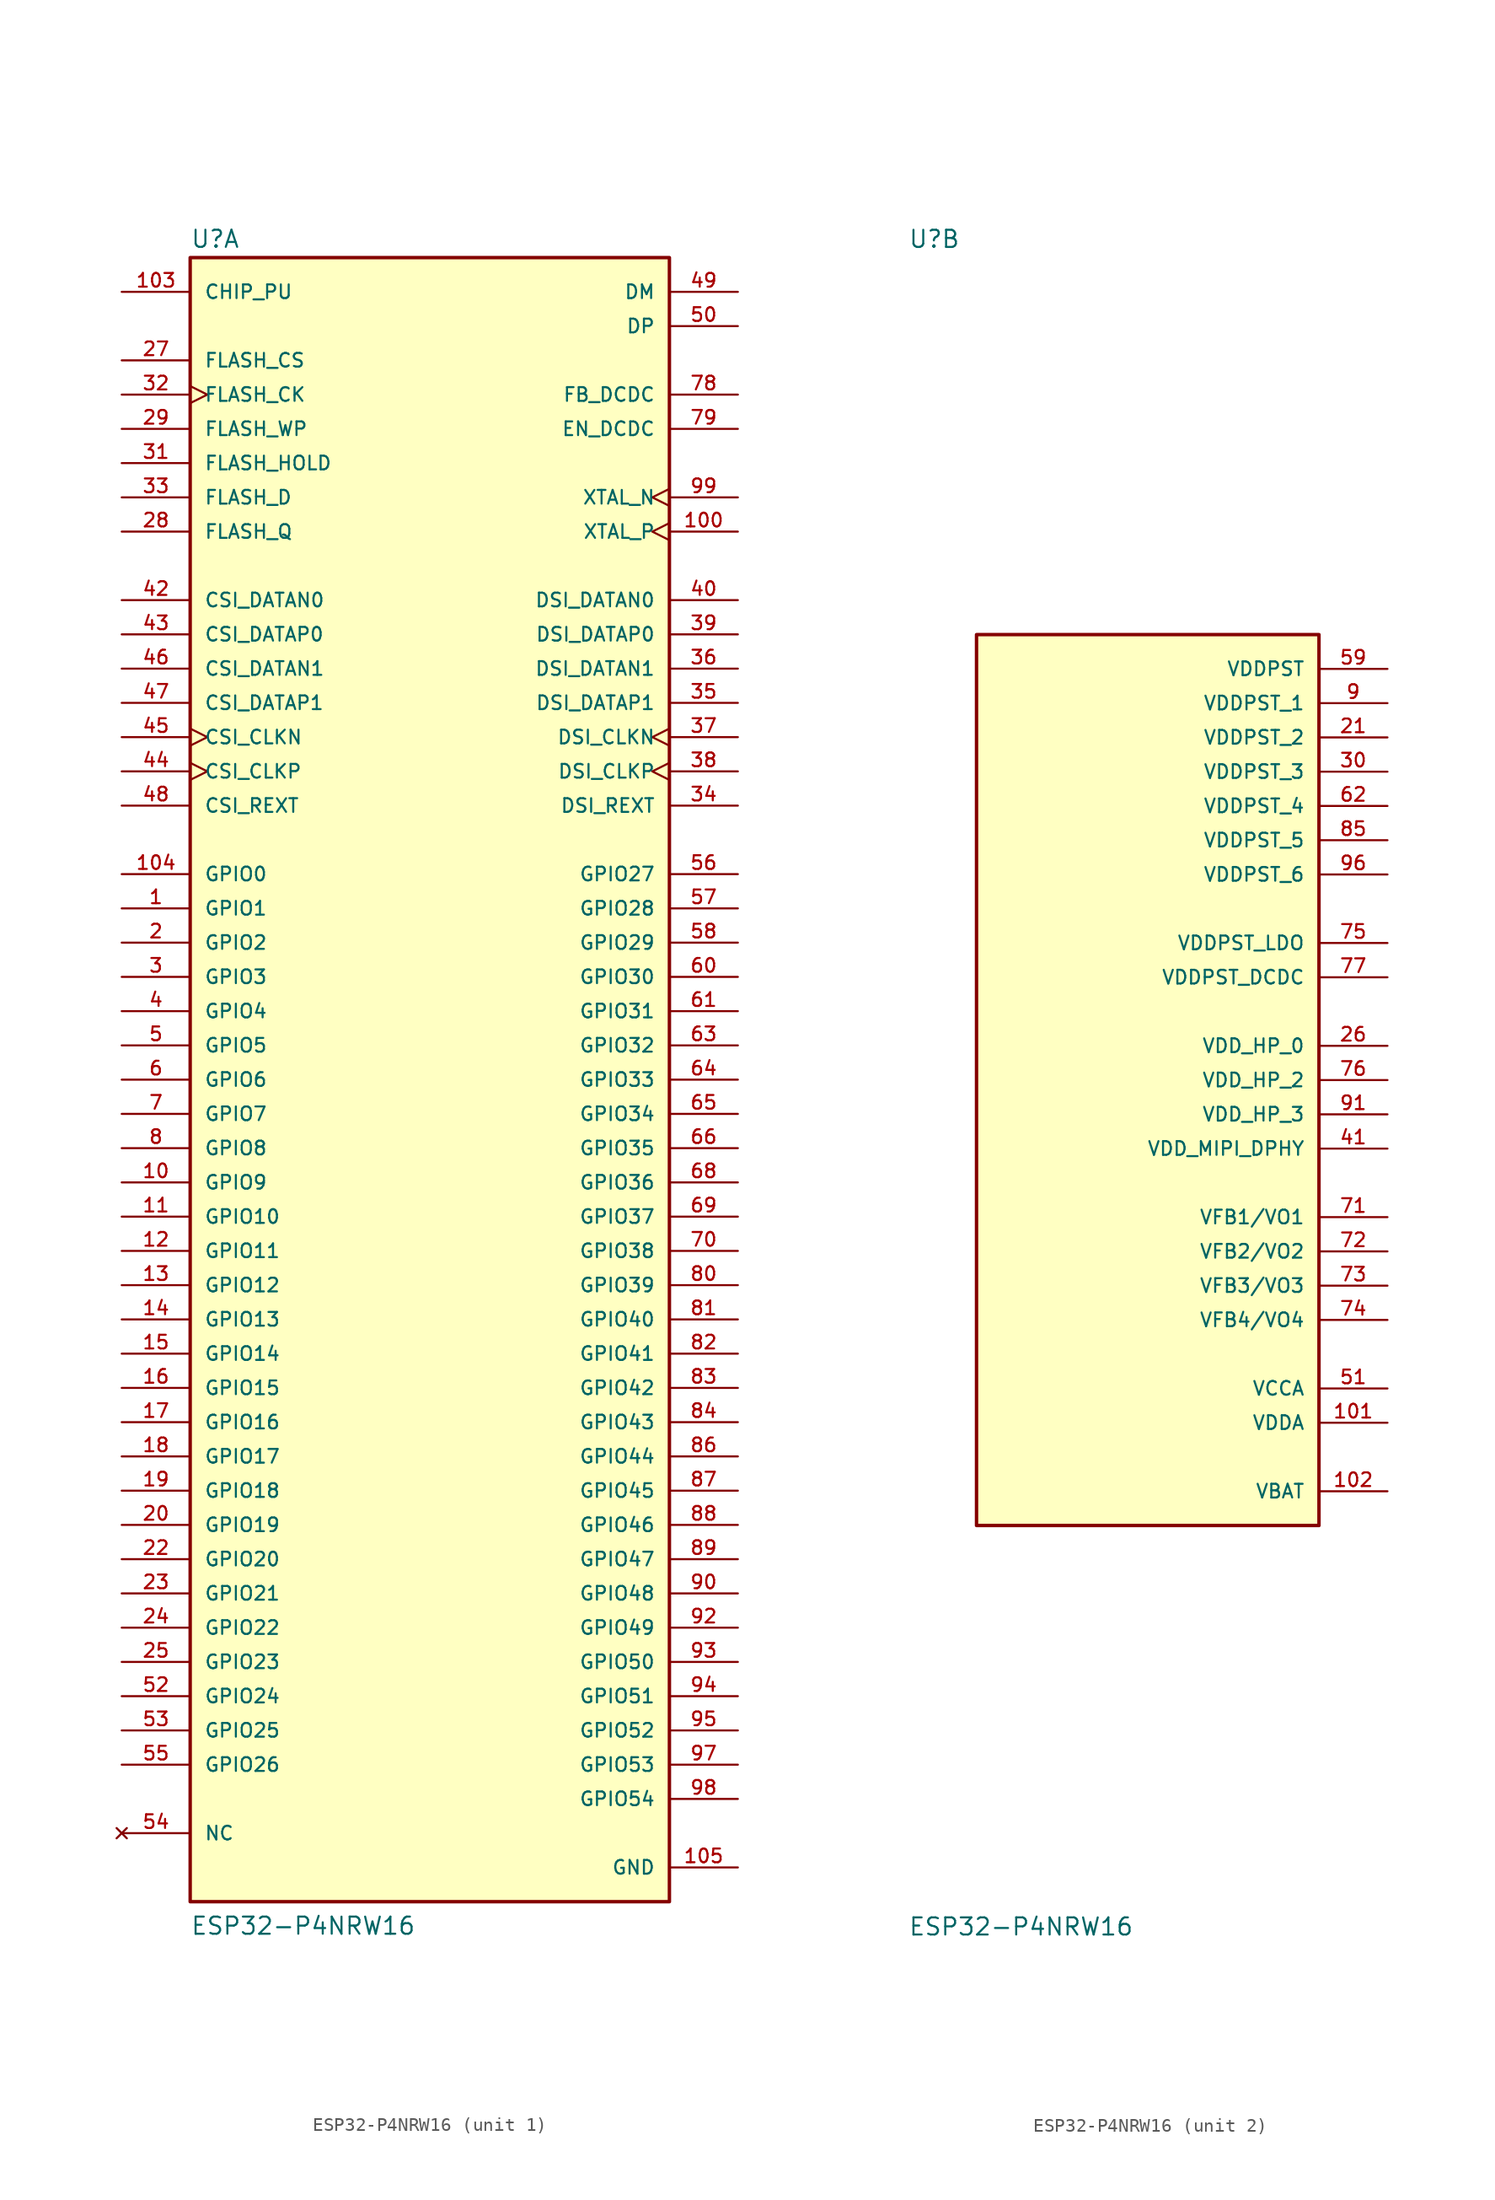
<source format=kicad_sym>
(kicad_symbol_lib
  (version 20211014)
  (generator kicad_symbol_editor)
  (symbol "ESP32-P4NRW16"
    (pin_names
      (offset 1.016))
    (property "Reference" "U"
      (at -17.78 61.595 0)
      (effects (font (size 1.27 1.27)) (justify bottom left)))
    (property "Value" "ESP32-P4NRW16"
      (at -17.78 -63.5 0)
      (effects (font (size 1.27 1.27)) (justify bottom left)))
    (symbol "ESP32-P4NRW16_1_0"
      (rectangle (start -17.78 -60.96) (end 17.78 60.96) (stroke (width 0.254)) (fill (type background)))
      (pin bidirectional line (at -22.86 12.7 0) (length 5.08) (name "GPIO1" (effects (font (size 1.016 1.016)))) (number "1" (effects (font (size 1.016 1.016)))))
      (pin bidirectional line (at -22.86 10.16 0) (length 5.08) (name "GPIO2" (effects (font (size 1.016 1.016)))) (number "2" (effects (font (size 1.016 1.016)))))
      (pin bidirectional line (at -22.86 7.62 0) (length 5.08) (name "GPIO3" (effects (font (size 1.016 1.016)))) (number "3" (effects (font (size 1.016 1.016)))))
      (pin bidirectional line (at -22.86 5.08 0) (length 5.08) (name "GPIO4" (effects (font (size 1.016 1.016)))) (number "4" (effects (font (size 1.016 1.016)))))
      (pin bidirectional line (at -22.86 2.54 0) (length 5.08) (name "GPIO5" (effects (font (size 1.016 1.016)))) (number "5" (effects (font (size 1.016 1.016)))))
      (pin bidirectional line (at -22.86 0.0 0) (length 5.08) (name "GPIO6" (effects (font (size 1.016 1.016)))) (number "6" (effects (font (size 1.016 1.016)))))
      (pin bidirectional line (at -22.86 -2.54 0) (length 5.08) (name "GPIO7" (effects (font (size 1.016 1.016)))) (number "7" (effects (font (size 1.016 1.016)))))
      (pin bidirectional line (at -22.86 -5.08 0) (length 5.08) (name "GPIO8" (effects (font (size 1.016 1.016)))) (number "8" (effects (font (size 1.016 1.016)))))
      (pin bidirectional line (at -22.86 -7.62 0) (length 5.08) (name "GPIO9" (effects (font (size 1.016 1.016)))) (number "10" (effects (font (size 1.016 1.016)))))
      (pin bidirectional line (at -22.86 -10.16 0) (length 5.08) (name "GPIO10" (effects (font (size 1.016 1.016)))) (number "11" (effects (font (size 1.016 1.016)))))
      (pin bidirectional line (at -22.86 -12.7 0) (length 5.08) (name "GPIO11" (effects (font (size 1.016 1.016)))) (number "12" (effects (font (size 1.016 1.016)))))
      (pin bidirectional line (at -22.86 -15.24 0) (length 5.08) (name "GPIO12" (effects (font (size 1.016 1.016)))) (number "13" (effects (font (size 1.016 1.016)))))
      (pin bidirectional line (at -22.86 -17.78 0) (length 5.08) (name "GPIO13" (effects (font (size 1.016 1.016)))) (number "14" (effects (font (size 1.016 1.016)))))
      (pin bidirectional line (at -22.86 -20.32 0) (length 5.08) (name "GPIO14" (effects (font (size 1.016 1.016)))) (number "15" (effects (font (size 1.016 1.016)))))
      (pin bidirectional line (at -22.86 -22.86 0) (length 5.08) (name "GPIO15" (effects (font (size 1.016 1.016)))) (number "16" (effects (font (size 1.016 1.016)))))
      (pin bidirectional line (at -22.86 -25.4 0) (length 5.08) (name "GPIO16" (effects (font (size 1.016 1.016)))) (number "17" (effects (font (size 1.016 1.016)))))
      (pin bidirectional line (at -22.86 -27.94 0) (length 5.08) (name "GPIO17" (effects (font (size 1.016 1.016)))) (number "18" (effects (font (size 1.016 1.016)))))
      (pin bidirectional line (at -22.86 -30.48 0) (length 5.08) (name "GPIO18" (effects (font (size 1.016 1.016)))) (number "19" (effects (font (size 1.016 1.016)))))
      (pin bidirectional line (at -22.86 -33.02 0) (length 5.08) (name "GPIO19" (effects (font (size 1.016 1.016)))) (number "20" (effects (font (size 1.016 1.016)))))
      (pin bidirectional line (at -22.86 -35.56 0) (length 5.08) (name "GPIO20" (effects (font (size 1.016 1.016)))) (number "22" (effects (font (size 1.016 1.016)))))
      (pin bidirectional line (at -22.86 -38.1 0) (length 5.08) (name "GPIO21" (effects (font (size 1.016 1.016)))) (number "23" (effects (font (size 1.016 1.016)))))
      (pin bidirectional line (at -22.86 -40.64 0) (length 5.08) (name "GPIO22" (effects (font (size 1.016 1.016)))) (number "24" (effects (font (size 1.016 1.016)))))
      (pin bidirectional line (at -22.86 -43.18 0) (length 5.08) (name "GPIO23" (effects (font (size 1.016 1.016)))) (number "25" (effects (font (size 1.016 1.016)))))
      (pin bidirectional line (at -22.86 -45.72 0) (length 5.08) (name "GPIO24" (effects (font (size 1.016 1.016)))) (number "52" (effects (font (size 1.016 1.016)))))
      (pin bidirectional line (at -22.86 -48.26 0) (length 5.08) (name "GPIO25" (effects (font (size 1.016 1.016)))) (number "53" (effects (font (size 1.016 1.016)))))
      (pin bidirectional line (at -22.86 -50.8 0) (length 5.08) (name "GPIO26" (effects (font (size 1.016 1.016)))) (number "55" (effects (font (size 1.016 1.016)))))
      (pin bidirectional line (at 22.86 15.24 180.0) (length 5.08) (name "GPIO27" (effects (font (size 1.016 1.016)))) (number "56" (effects (font (size 1.016 1.016)))))
      (pin bidirectional line (at 22.86 12.7 180.0) (length 5.08) (name "GPIO28" (effects (font (size 1.016 1.016)))) (number "57" (effects (font (size 1.016 1.016)))))
      (pin bidirectional line (at 22.86 10.16 180.0) (length 5.08) (name "GPIO29" (effects (font (size 1.016 1.016)))) (number "58" (effects (font (size 1.016 1.016)))))
      (pin bidirectional line (at 22.86 7.62 180.0) (length 5.08) (name "GPIO30" (effects (font (size 1.016 1.016)))) (number "60" (effects (font (size 1.016 1.016)))))
      (pin bidirectional line (at 22.86 5.08 180.0) (length 5.08) (name "GPIO31" (effects (font (size 1.016 1.016)))) (number "61" (effects (font (size 1.016 1.016)))))
      (pin bidirectional line (at 22.86 2.54 180.0) (length 5.08) (name "GPIO32" (effects (font (size 1.016 1.016)))) (number "63" (effects (font (size 1.016 1.016)))))
      (pin bidirectional line (at 22.86 0.0 180.0) (length 5.08) (name "GPIO33" (effects (font (size 1.016 1.016)))) (number "64" (effects (font (size 1.016 1.016)))))
      (pin bidirectional line (at 22.86 -2.54 180.0) (length 5.08) (name "GPIO34" (effects (font (size 1.016 1.016)))) (number "65" (effects (font (size 1.016 1.016)))))
      (pin bidirectional line (at 22.86 -5.08 180.0) (length 5.08) (name "GPIO35" (effects (font (size 1.016 1.016)))) (number "66" (effects (font (size 1.016 1.016)))))
      (pin bidirectional line (at 22.86 -7.62 180.0) (length 5.08) (name "GPIO36" (effects (font (size 1.016 1.016)))) (number "68" (effects (font (size 1.016 1.016)))))
      (pin bidirectional line (at 22.86 -10.16 180.0) (length 5.08) (name "GPIO37" (effects (font (size 1.016 1.016)))) (number "69" (effects (font (size 1.016 1.016)))))
      (pin bidirectional line (at 22.86 -12.7 180.0) (length 5.08) (name "GPIO38" (effects (font (size 1.016 1.016)))) (number "70" (effects (font (size 1.016 1.016)))))
      (pin bidirectional line (at 22.86 -15.24 180.0) (length 5.08) (name "GPIO39" (effects (font (size 1.016 1.016)))) (number "80" (effects (font (size 1.016 1.016)))))
      (pin bidirectional line (at 22.86 -17.78 180.0) (length 5.08) (name "GPIO40" (effects (font (size 1.016 1.016)))) (number "81" (effects (font (size 1.016 1.016)))))
      (pin bidirectional line (at 22.86 -20.32 180.0) (length 5.08) (name "GPIO41" (effects (font (size 1.016 1.016)))) (number "82" (effects (font (size 1.016 1.016)))))
      (pin bidirectional line (at 22.86 -22.86 180.0) (length 5.08) (name "GPIO42" (effects (font (size 1.016 1.016)))) (number "83" (effects (font (size 1.016 1.016)))))
      (pin bidirectional line (at 22.86 -25.4 180.0) (length 5.08) (name "GPIO43" (effects (font (size 1.016 1.016)))) (number "84" (effects (font (size 1.016 1.016)))))
      (pin bidirectional line (at 22.86 -27.94 180.0) (length 5.08) (name "GPIO44" (effects (font (size 1.016 1.016)))) (number "86" (effects (font (size 1.016 1.016)))))
      (pin bidirectional line (at 22.86 -30.48 180.0) (length 5.08) (name "GPIO45" (effects (font (size 1.016 1.016)))) (number "87" (effects (font (size 1.016 1.016)))))
      (pin bidirectional line (at 22.86 -33.02 180.0) (length 5.08) (name "GPIO46" (effects (font (size 1.016 1.016)))) (number "88" (effects (font (size 1.016 1.016)))))
      (pin bidirectional line (at 22.86 -35.56 180.0) (length 5.08) (name "GPIO47" (effects (font (size 1.016 1.016)))) (number "89" (effects (font (size 1.016 1.016)))))
      (pin bidirectional line (at 22.86 -38.1 180.0) (length 5.08) (name "GPIO48" (effects (font (size 1.016 1.016)))) (number "90" (effects (font (size 1.016 1.016)))))
      (pin bidirectional line (at 22.86 -40.64 180.0) (length 5.08) (name "GPIO49" (effects (font (size 1.016 1.016)))) (number "92" (effects (font (size 1.016 1.016)))))
      (pin bidirectional line (at 22.86 -43.18 180.0) (length 5.08) (name "GPIO50" (effects (font (size 1.016 1.016)))) (number "93" (effects (font (size 1.016 1.016)))))
      (pin bidirectional line (at 22.86 -45.72 180.0) (length 5.08) (name "GPIO51" (effects (font (size 1.016 1.016)))) (number "94" (effects (font (size 1.016 1.016)))))
      (pin bidirectional line (at 22.86 -48.26 180.0) (length 5.08) (name "GPIO52" (effects (font (size 1.016 1.016)))) (number "95" (effects (font (size 1.016 1.016)))))
      (pin bidirectional line (at 22.86 -50.8 180.0) (length 5.08) (name "GPIO53" (effects (font (size 1.016 1.016)))) (number "97" (effects (font (size 1.016 1.016)))))
      (pin bidirectional line (at 22.86 -53.34 180.0) (length 5.08) (name "GPIO54" (effects (font (size 1.016 1.016)))) (number "98" (effects (font (size 1.016 1.016)))))
      (pin bidirectional line (at -22.86 15.24 0) (length 5.08) (name "GPIO0" (effects (font (size 1.016 1.016)))) (number "104" (effects (font (size 1.016 1.016)))))
      (pin output line (at -22.86 53.34 0) (length 5.08) (name "FLASH_CS" (effects (font (size 1.016 1.016)))) (number "27" (effects (font (size 1.016 1.016)))))
      (pin bidirectional line (at -22.86 40.64 0) (length 5.08) (name "FLASH_Q" (effects (font (size 1.016 1.016)))) (number "28" (effects (font (size 1.016 1.016)))))
      (pin bidirectional line (at -22.86 48.26 0) (length 5.08) (name "FLASH_WP" (effects (font (size 1.016 1.016)))) (number "29" (effects (font (size 1.016 1.016)))))
      (pin bidirectional line (at -22.86 45.72 0) (length 5.08) (name "FLASH_HOLD" (effects (font (size 1.016 1.016)))) (number "31" (effects (font (size 1.016 1.016)))))
      (pin output clock (at -22.86 50.8 0) (length 5.08) (name "FLASH_CK" (effects (font (size 1.016 1.016)))) (number "32" (effects (font (size 1.016 1.016)))))
      (pin bidirectional line (at -22.86 43.18 0) (length 5.08) (name "FLASH_D" (effects (font (size 1.016 1.016)))) (number "33" (effects (font (size 1.016 1.016)))))
      (pin power_in line (at 22.86 -58.42 180.0) (length 5.08) (name "GND" (effects (font (size 1.016 1.016)))) (number "105" (effects (font (size 1.016 1.016)))))
      (pin no_connect line (at -22.86 -55.88 0) (length 5.08) (name "NC" (effects (font (size 1.016 1.016)))) (number "54" (effects (font (size 1.016 1.016)))))
      (pin bidirectional line (at 22.86 20.32 180.0) (length 5.08) (name "DSI_REXT" (effects (font (size 1.016 1.016)))) (number "34" (effects (font (size 1.016 1.016)))))
      (pin bidirectional line (at 22.86 27.94 180.0) (length 5.08) (name "DSI_DATAP1" (effects (font (size 1.016 1.016)))) (number "35" (effects (font (size 1.016 1.016)))))
      (pin bidirectional line (at 22.86 30.48 180.0) (length 5.08) (name "DSI_DATAN1" (effects (font (size 1.016 1.016)))) (number "36" (effects (font (size 1.016 1.016)))))
      (pin bidirectional clock (at 22.86 25.4 180.0) (length 5.08) (name "DSI_CLKN" (effects (font (size 1.016 1.016)))) (number "37" (effects (font (size 1.016 1.016)))))
      (pin bidirectional clock (at 22.86 22.86 180.0) (length 5.08) (name "DSI_CLKP" (effects (font (size 1.016 1.016)))) (number "38" (effects (font (size 1.016 1.016)))))
      (pin bidirectional line (at 22.86 33.02 180.0) (length 5.08) (name "DSI_DATAP0" (effects (font (size 1.016 1.016)))) (number "39" (effects (font (size 1.016 1.016)))))
      (pin bidirectional line (at 22.86 35.56 180.0) (length 5.08) (name "DSI_DATAN0" (effects (font (size 1.016 1.016)))) (number "40" (effects (font (size 1.016 1.016)))))
      (pin bidirectional line (at -22.86 35.56 0) (length 5.08) (name "CSI_DATAN0" (effects (font (size 1.016 1.016)))) (number "42" (effects (font (size 1.016 1.016)))))
      (pin bidirectional line (at -22.86 33.02 0) (length 5.08) (name "CSI_DATAP0" (effects (font (size 1.016 1.016)))) (number "43" (effects (font (size 1.016 1.016)))))
      (pin bidirectional clock (at -22.86 22.86 0) (length 5.08) (name "CSI_CLKP" (effects (font (size 1.016 1.016)))) (number "44" (effects (font (size 1.016 1.016)))))
      (pin bidirectional clock (at -22.86 25.4 0) (length 5.08) (name "CSI_CLKN" (effects (font (size 1.016 1.016)))) (number "45" (effects (font (size 1.016 1.016)))))
      (pin bidirectional line (at -22.86 30.48 0) (length 5.08) (name "CSI_DATAN1" (effects (font (size 1.016 1.016)))) (number "46" (effects (font (size 1.016 1.016)))))
      (pin bidirectional line (at -22.86 27.94 0) (length 5.08) (name "CSI_DATAP1" (effects (font (size 1.016 1.016)))) (number "47" (effects (font (size 1.016 1.016)))))
      (pin bidirectional line (at -22.86 20.32 0) (length 5.08) (name "CSI_REXT" (effects (font (size 1.016 1.016)))) (number "48" (effects (font (size 1.016 1.016)))))
      (pin bidirectional line (at 22.86 58.42 180.0) (length 5.08) (name "DM" (effects (font (size 1.016 1.016)))) (number "49" (effects (font (size 1.016 1.016)))))
      (pin bidirectional line (at 22.86 55.88 180.0) (length 5.08) (name "DP" (effects (font (size 1.016 1.016)))) (number "50" (effects (font (size 1.016 1.016)))))
      (pin input line (at 22.86 50.8 180.0) (length 5.08) (name "FB_DCDC" (effects (font (size 1.016 1.016)))) (number "78" (effects (font (size 1.016 1.016)))))
      (pin output line (at 22.86 48.26 180.0) (length 5.08) (name "EN_DCDC" (effects (font (size 1.016 1.016)))) (number "79" (effects (font (size 1.016 1.016)))))
      (pin bidirectional clock (at 22.86 43.18 180.0) (length 5.08) (name "XTAL_N" (effects (font (size 1.016 1.016)))) (number "99" (effects (font (size 1.016 1.016)))))
      (pin bidirectional clock (at 22.86 40.64 180.0) (length 5.08) (name "XTAL_P" (effects (font (size 1.016 1.016)))) (number "100" (effects (font (size 1.016 1.016)))))
      (pin input line (at -22.86 58.42 0) (length 5.08) (name "CHIP_PU" (effects (font (size 1.016 1.016)))) (number "103" (effects (font (size 1.016 1.016))))))
    (symbol "ESP32-P4NRW16_2_0"
      (rectangle (start -12.7 -33.02) (end 12.7 33.02) (stroke (width 0.254)) (fill (type background)))
      (pin power_in line (at 17.78 27.94 180.0) (length 5.08) (name "VDDPST_1" (effects (font (size 1.016 1.016)))) (number "9" (effects (font (size 1.016 1.016)))))
      (pin power_in line (at 17.78 25.4 180.0) (length 5.08) (name "VDDPST_2" (effects (font (size 1.016 1.016)))) (number "21" (effects (font (size 1.016 1.016)))))
      (pin power_in line (at 17.78 2.54 180.0) (length 5.08) (name "VDD_HP_0" (effects (font (size 1.016 1.016)))) (number "26" (effects (font (size 1.016 1.016)))))
      (pin power_in line (at 17.78 22.86 180.0) (length 5.08) (name "VDDPST_3" (effects (font (size 1.016 1.016)))) (number "30" (effects (font (size 1.016 1.016)))))
      (pin power_in line (at 17.78 -5.08 180.0) (length 5.08) (name "VDD_MIPI_DPHY" (effects (font (size 1.016 1.016)))) (number "41" (effects (font (size 1.016 1.016)))))
      (pin power_in line (at 17.78 -22.86 180.0) (length 5.08) (name "VCCA" (effects (font (size 1.016 1.016)))) (number "51" (effects (font (size 1.016 1.016)))))
      (pin power_in line (at 17.78 30.48 180.0) (length 5.08) (name "VDDPST" (effects (font (size 1.016 1.016)))) (number "59" (effects (font (size 1.016 1.016)))))
      (pin power_in line (at 17.78 30.48 180.0) (length 5.08) hide (name "VDDPST" (effects (font (size 1.016 1.016)))) (number "67" (effects (font (size 1.016 1.016)))))
      (pin power_in line (at 17.78 20.32 180.0) (length 5.08) (name "VDDPST_4" (effects (font (size 1.016 1.016)))) (number "62" (effects (font (size 1.016 1.016)))))
      (pin power_in line (at 17.78 -10.16 180.0) (length 5.08) (name "VFB1/VO1" (effects (font (size 1.016 1.016)))) (number "71" (effects (font (size 1.016 1.016)))))
      (pin power_in line (at 17.78 10.16 180.0) (length 5.08) (name "VDDPST_LDO" (effects (font (size 1.016 1.016)))) (number "75" (effects (font (size 1.016 1.016)))))
      (pin power_in line (at 17.78 0.0 180.0) (length 5.08) (name "VDD_HP_2" (effects (font (size 1.016 1.016)))) (number "76" (effects (font (size 1.016 1.016)))))
      (pin power_in line (at 17.78 7.62 180.0) (length 5.08) (name "VDDPST_DCDC" (effects (font (size 1.016 1.016)))) (number "77" (effects (font (size 1.016 1.016)))))
      (pin power_in line (at 17.78 17.78 180.0) (length 5.08) (name "VDDPST_5" (effects (font (size 1.016 1.016)))) (number "85" (effects (font (size 1.016 1.016)))))
      (pin power_in line (at 17.78 -2.54 180.0) (length 5.08) (name "VDD_HP_3" (effects (font (size 1.016 1.016)))) (number "91" (effects (font (size 1.016 1.016)))))
      (pin power_in line (at 17.78 15.24 180.0) (length 5.08) (name "VDDPST_6" (effects (font (size 1.016 1.016)))) (number "96" (effects (font (size 1.016 1.016)))))
      (pin power_in line (at 17.78 -25.4 180.0) (length 5.08) (name "VDDA" (effects (font (size 1.016 1.016)))) (number "101" (effects (font (size 1.016 1.016)))))
      (pin power_in line (at 17.78 -30.48 180.0) (length 5.08) (name "VBAT" (effects (font (size 1.016 1.016)))) (number "102" (effects (font (size 1.016 1.016)))))
      (pin power_in line (at 17.78 -12.7 180.0) (length 5.08) (name "VFB2/VO2" (effects (font (size 1.016 1.016)))) (number "72" (effects (font (size 1.016 1.016)))))
      (pin power_in line (at 17.78 -15.24 180.0) (length 5.08) (name "VFB3/VO3" (effects (font (size 1.016 1.016)))) (number "73" (effects (font (size 1.016 1.016)))))
      (pin power_in line (at 17.78 -17.78 180.0) (length 5.08) (name "VFB4/VO4" (effects (font (size 1.016 1.016)))) (number "74" (effects (font (size 1.016 1.016))))))))
</source>
